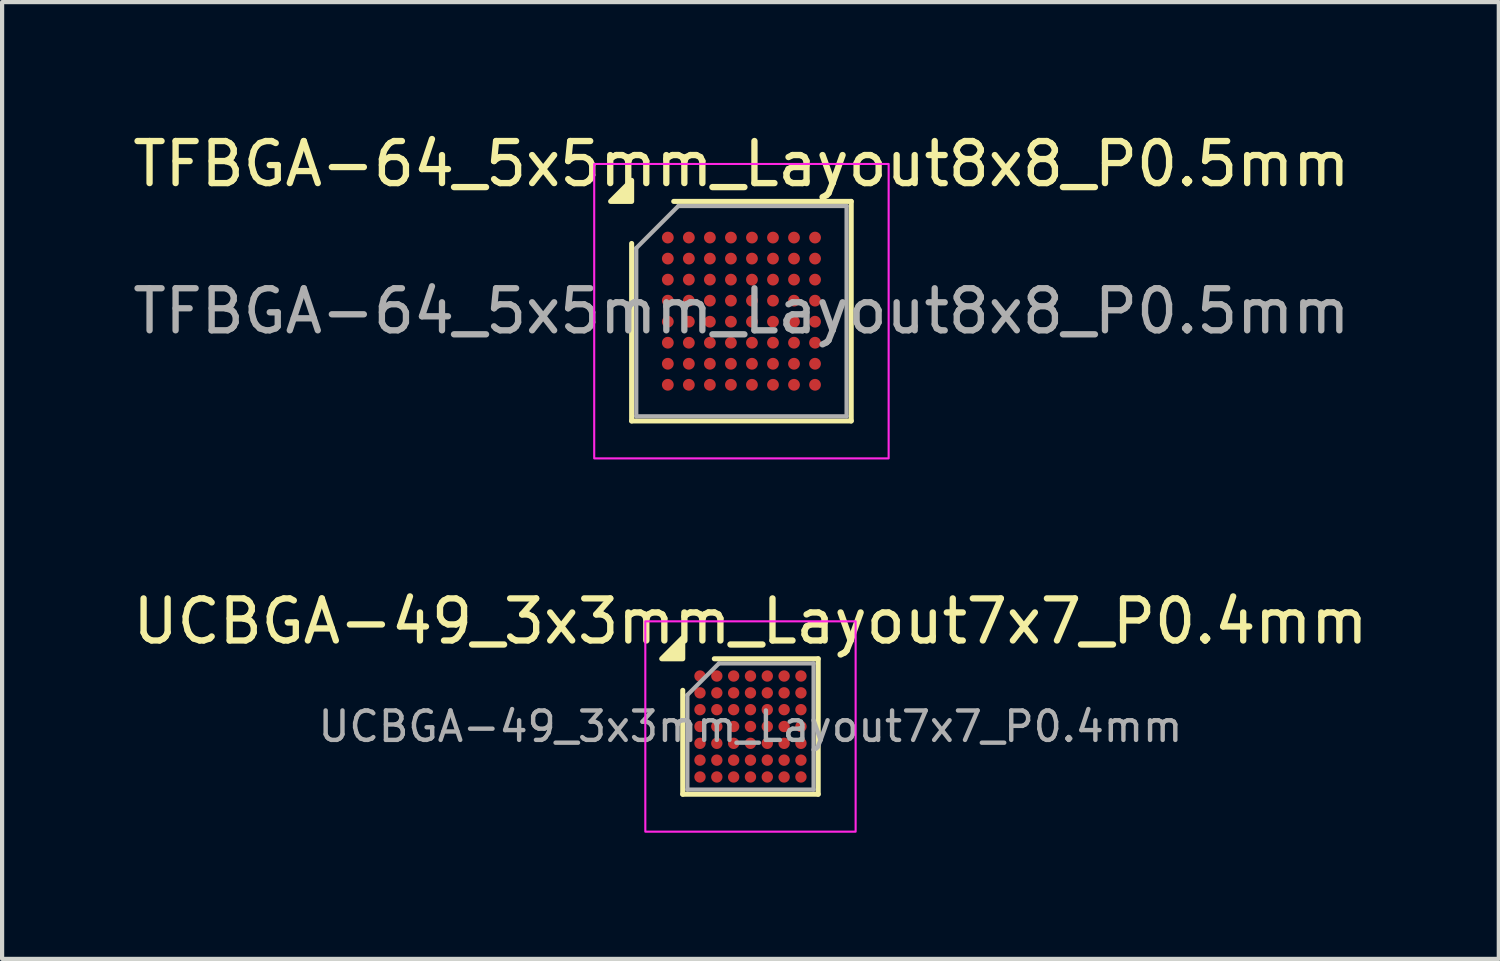
<source format=kicad_pcb>
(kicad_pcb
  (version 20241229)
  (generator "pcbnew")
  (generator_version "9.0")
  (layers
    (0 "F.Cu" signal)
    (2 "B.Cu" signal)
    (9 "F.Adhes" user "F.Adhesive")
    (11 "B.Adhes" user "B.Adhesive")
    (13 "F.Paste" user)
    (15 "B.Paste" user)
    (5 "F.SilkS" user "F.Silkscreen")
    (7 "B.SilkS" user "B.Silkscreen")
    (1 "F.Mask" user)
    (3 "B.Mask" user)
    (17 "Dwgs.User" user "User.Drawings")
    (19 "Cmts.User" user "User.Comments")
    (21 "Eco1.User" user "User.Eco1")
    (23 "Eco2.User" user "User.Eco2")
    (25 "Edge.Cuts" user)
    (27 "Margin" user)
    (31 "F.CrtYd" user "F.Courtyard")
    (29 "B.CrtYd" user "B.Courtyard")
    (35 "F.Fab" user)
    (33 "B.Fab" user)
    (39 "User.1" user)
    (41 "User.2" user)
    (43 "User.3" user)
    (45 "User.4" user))
  (footprint "TFBGA-64_5x5mm_Layout8x8_P0.5mm"
    (layer "F.Cu")
    (at 14.577 4.348)
    (property "Reference" "TFBGA-64_5x5mm_Layout8x8_P0.5mm" (at 0 -3.5 0) (layer "F.SilkS") (effects (font (size 1 1) (thickness 0.15))))
    (attr smd)
    (fp_line (start -2.61 2.61) (end -2.61 -1.61) (stroke (width 0.12) (type solid)) (layer "F.SilkS"))
    (fp_line (start -1.61 -2.61) (end 2.61 -2.61) (stroke (width 0.12) (type solid)) (layer "F.SilkS"))
    (fp_line (start 2.61 -2.61) (end 2.61 2.61) (stroke (width 0.12) (type solid)) (layer "F.SilkS"))
    (fp_line (start 2.61 2.61) (end -2.61 2.61) (stroke (width 0.12) (type solid)) (layer "F.SilkS"))
    (fp_poly (pts (xy -2.61 -2.61) (xy -3.11 -2.61) (xy -2.61 -3.11)) (stroke (width 0.12) (type solid)) (fill yes) (layer "F.SilkS"))
    (fp_rect (start -3.5 -3.5) (end 3.5 3.5) (stroke (width 0.05) (type solid)) (fill no) (layer "F.CrtYd"))
    (fp_line (start -2.5 -1.5) (end -1.5 -2.5) (stroke (width 0.1) (type solid)) (layer "F.Fab"))
    (fp_line (start -2.5 2.5) (end -2.5 -1.5) (stroke (width 0.1) (type solid)) (layer "F.Fab"))
    (fp_line (start -1.5 -2.5) (end 2.5 -2.5) (stroke (width 0.1) (type solid)) (layer "F.Fab"))
    (fp_line (start 2.5 -2.5) (end 2.5 2.5) (stroke (width 0.1) (type solid)) (layer "F.Fab"))
    (fp_line (start 2.5 2.5) (end -2.5 2.5) (stroke (width 0.1) (type solid)) (layer "F.Fab"))
    (fp_text user "${REFERENCE}" (at 0 0 0) (layer "F.Fab") (effects (font (size 1 1) (thickness 0.15))))
    (pad "A1" smd circle (at -1.75 -1.75) (size 0.28 0.28) (property pad_prop_bga) (layers "F.Cu" "F.Mask" "F.Paste"))
    (pad "A2" smd circle (at -1.25 -1.75) (size 0.28 0.28) (property pad_prop_bga) (layers "F.Cu" "F.Mask" "F.Paste"))
    (pad "A3" smd circle (at -0.75 -1.75) (size 0.28 0.28) (property pad_prop_bga) (layers "F.Cu" "F.Mask" "F.Paste"))
    (pad "A4" smd circle (at -0.25 -1.75) (size 0.28 0.28) (property pad_prop_bga) (layers "F.Cu" "F.Mask" "F.Paste"))
    (pad "A5" smd circle (at 0.25 -1.75) (size 0.28 0.28) (property pad_prop_bga) (layers "F.Cu" "F.Mask" "F.Paste"))
    (pad "A6" smd circle (at 0.75 -1.75) (size 0.28 0.28) (property pad_prop_bga) (layers "F.Cu" "F.Mask" "F.Paste"))
    (pad "A7" smd circle (at 1.25 -1.75) (size 0.28 0.28) (property pad_prop_bga) (layers "F.Cu" "F.Mask" "F.Paste"))
    (pad "A8" smd circle (at 1.75 -1.75) (size 0.28 0.28) (property pad_prop_bga) (layers "F.Cu" "F.Mask" "F.Paste"))
    (pad "B1" smd circle (at -1.75 -1.25) (size 0.28 0.28) (property pad_prop_bga) (layers "F.Cu" "F.Mask" "F.Paste"))
    (pad "B2" smd circle (at -1.25 -1.25) (size 0.28 0.28) (property pad_prop_bga) (layers "F.Cu" "F.Mask" "F.Paste"))
    (pad "B3" smd circle (at -0.75 -1.25) (size 0.28 0.28) (property pad_prop_bga) (layers "F.Cu" "F.Mask" "F.Paste"))
    (pad "B4" smd circle (at -0.25 -1.25) (size 0.28 0.28) (property pad_prop_bga) (layers "F.Cu" "F.Mask" "F.Paste"))
    (pad "B5" smd circle (at 0.25 -1.25) (size 0.28 0.28) (property pad_prop_bga) (layers "F.Cu" "F.Mask" "F.Paste"))
    (pad "B6" smd circle (at 0.75 -1.25) (size 0.28 0.28) (property pad_prop_bga) (layers "F.Cu" "F.Mask" "F.Paste"))
    (pad "B7" smd circle (at 1.25 -1.25) (size 0.28 0.28) (property pad_prop_bga) (layers "F.Cu" "F.Mask" "F.Paste"))
    (pad "B8" smd circle (at 1.75 -1.25) (size 0.28 0.28) (property pad_prop_bga) (layers "F.Cu" "F.Mask" "F.Paste"))
    (pad "C1" smd circle (at -1.75 -0.75) (size 0.28 0.28) (property pad_prop_bga) (layers "F.Cu" "F.Mask" "F.Paste"))
    (pad "C2" smd circle (at -1.25 -0.75) (size 0.28 0.28) (property pad_prop_bga) (layers "F.Cu" "F.Mask" "F.Paste"))
    (pad "C3" smd circle (at -0.75 -0.75) (size 0.28 0.28) (property pad_prop_bga) (layers "F.Cu" "F.Mask" "F.Paste"))
    (pad "C4" smd circle (at -0.25 -0.75) (size 0.28 0.28) (property pad_prop_bga) (layers "F.Cu" "F.Mask" "F.Paste"))
    (pad "C5" smd circle (at 0.25 -0.75) (size 0.28 0.28) (property pad_prop_bga) (layers "F.Cu" "F.Mask" "F.Paste"))
    (pad "C6" smd circle (at 0.75 -0.75) (size 0.28 0.28) (property pad_prop_bga) (layers "F.Cu" "F.Mask" "F.Paste"))
    (pad "C7" smd circle (at 1.25 -0.75) (size 0.28 0.28) (property pad_prop_bga) (layers "F.Cu" "F.Mask" "F.Paste"))
    (pad "C8" smd circle (at 1.75 -0.75) (size 0.28 0.28) (property pad_prop_bga) (layers "F.Cu" "F.Mask" "F.Paste"))
    (pad "D1" smd circle (at -1.75 -0.25) (size 0.28 0.28) (property pad_prop_bga) (layers "F.Cu" "F.Mask" "F.Paste"))
    (pad "D2" smd circle (at -1.25 -0.25) (size 0.28 0.28) (property pad_prop_bga) (layers "F.Cu" "F.Mask" "F.Paste"))
    (pad "D3" smd circle (at -0.75 -0.25) (size 0.28 0.28) (property pad_prop_bga) (layers "F.Cu" "F.Mask" "F.Paste"))
    (pad "D4" smd circle (at -0.25 -0.25) (size 0.28 0.28) (property pad_prop_bga) (layers "F.Cu" "F.Mask" "F.Paste"))
    (pad "D5" smd circle (at 0.25 -0.25) (size 0.28 0.28) (property pad_prop_bga) (layers "F.Cu" "F.Mask" "F.Paste"))
    (pad "D6" smd circle (at 0.75 -0.25) (size 0.28 0.28) (property pad_prop_bga) (layers "F.Cu" "F.Mask" "F.Paste"))
    (pad "D7" smd circle (at 1.25 -0.25) (size 0.28 0.28) (property pad_prop_bga) (layers "F.Cu" "F.Mask" "F.Paste"))
    (pad "D8" smd circle (at 1.75 -0.25) (size 0.28 0.28) (property pad_prop_bga) (layers "F.Cu" "F.Mask" "F.Paste"))
    (pad "E1" smd circle (at -1.75 0.25) (size 0.28 0.28) (property pad_prop_bga) (layers "F.Cu" "F.Mask" "F.Paste"))
    (pad "E2" smd circle (at -1.25 0.25) (size 0.28 0.28) (property pad_prop_bga) (layers "F.Cu" "F.Mask" "F.Paste"))
    (pad "E3" smd circle (at -0.75 0.25) (size 0.28 0.28) (property pad_prop_bga) (layers "F.Cu" "F.Mask" "F.Paste"))
    (pad "E4" smd circle (at -0.25 0.25) (size 0.28 0.28) (property pad_prop_bga) (layers "F.Cu" "F.Mask" "F.Paste"))
    (pad "E5" smd circle (at 0.25 0.25) (size 0.28 0.28) (property pad_prop_bga) (layers "F.Cu" "F.Mask" "F.Paste"))
    (pad "E6" smd circle (at 0.75 0.25) (size 0.28 0.28) (property pad_prop_bga) (layers "F.Cu" "F.Mask" "F.Paste"))
    (pad "E7" smd circle (at 1.25 0.25) (size 0.28 0.28) (property pad_prop_bga) (layers "F.Cu" "F.Mask" "F.Paste"))
    (pad "E8" smd circle (at 1.75 0.25) (size 0.28 0.28) (property pad_prop_bga) (layers "F.Cu" "F.Mask" "F.Paste"))
    (pad "F1" smd circle (at -1.75 0.75) (size 0.28 0.28) (property pad_prop_bga) (layers "F.Cu" "F.Mask" "F.Paste"))
    (pad "F2" smd circle (at -1.25 0.75) (size 0.28 0.28) (property pad_prop_bga) (layers "F.Cu" "F.Mask" "F.Paste"))
    (pad "F3" smd circle (at -0.75 0.75) (size 0.28 0.28) (property pad_prop_bga) (layers "F.Cu" "F.Mask" "F.Paste"))
    (pad "F4" smd circle (at -0.25 0.75) (size 0.28 0.28) (property pad_prop_bga) (layers "F.Cu" "F.Mask" "F.Paste"))
    (pad "F5" smd circle (at 0.25 0.75) (size 0.28 0.28) (property pad_prop_bga) (layers "F.Cu" "F.Mask" "F.Paste"))
    (pad "F6" smd circle (at 0.75 0.75) (size 0.28 0.28) (property pad_prop_bga) (layers "F.Cu" "F.Mask" "F.Paste"))
    (pad "F7" smd circle (at 1.25 0.75) (size 0.28 0.28) (property pad_prop_bga) (layers "F.Cu" "F.Mask" "F.Paste"))
    (pad "F8" smd circle (at 1.75 0.75) (size 0.28 0.28) (property pad_prop_bga) (layers "F.Cu" "F.Mask" "F.Paste"))
    (pad "G1" smd circle (at -1.75 1.25) (size 0.28 0.28) (property pad_prop_bga) (layers "F.Cu" "F.Mask" "F.Paste"))
    (pad "G2" smd circle (at -1.25 1.25) (size 0.28 0.28) (property pad_prop_bga) (layers "F.Cu" "F.Mask" "F.Paste"))
    (pad "G3" smd circle (at -0.75 1.25) (size 0.28 0.28) (property pad_prop_bga) (layers "F.Cu" "F.Mask" "F.Paste"))
    (pad "G4" smd circle (at -0.25 1.25) (size 0.28 0.28) (property pad_prop_bga) (layers "F.Cu" "F.Mask" "F.Paste"))
    (pad "G5" smd circle (at 0.25 1.25) (size 0.28 0.28) (property pad_prop_bga) (layers "F.Cu" "F.Mask" "F.Paste"))
    (pad "G6" smd circle (at 0.75 1.25) (size 0.28 0.28) (property pad_prop_bga) (layers "F.Cu" "F.Mask" "F.Paste"))
    (pad "G7" smd circle (at 1.25 1.25) (size 0.28 0.28) (property pad_prop_bga) (layers "F.Cu" "F.Mask" "F.Paste"))
    (pad "G8" smd circle (at 1.75 1.25) (size 0.28 0.28) (property pad_prop_bga) (layers "F.Cu" "F.Mask" "F.Paste"))
    (pad "H1" smd circle (at -1.75 1.75) (size 0.28 0.28) (property pad_prop_bga) (layers "F.Cu" "F.Mask" "F.Paste"))
    (pad "H2" smd circle (at -1.25 1.75) (size 0.28 0.28) (property pad_prop_bga) (layers "F.Cu" "F.Mask" "F.Paste"))
    (pad "H3" smd circle (at -0.75 1.75) (size 0.28 0.28) (property pad_prop_bga) (layers "F.Cu" "F.Mask" "F.Paste"))
    (pad "H4" smd circle (at -0.25 1.75) (size 0.28 0.28) (property pad_prop_bga) (layers "F.Cu" "F.Mask" "F.Paste"))
    (pad "H5" smd circle (at 0.25 1.75) (size 0.28 0.28) (property pad_prop_bga) (layers "F.Cu" "F.Mask" "F.Paste"))
    (pad "H6" smd circle (at 0.75 1.75) (size 0.28 0.28) (property pad_prop_bga) (layers "F.Cu" "F.Mask" "F.Paste"))
    (pad "H7" smd circle (at 1.25 1.75) (size 0.28 0.28) (property pad_prop_bga) (layers "F.Cu" "F.Mask" "F.Paste"))
    (pad "H8" smd circle (at 1.75 1.75) (size 0.28 0.28) (property pad_prop_bga) (layers "F.Cu" "F.Mask" "F.Paste")))
  (footprint "UCBGA-49_3x3mm_Layout7x7_P0.4mm"
    (layer "F.Cu")
    (at 14.792 14.222)
    (property "Reference" "UCBGA-49_3x3mm_Layout7x7_P0.4mm" (at 0 -2.5 0) (layer "F.SilkS") (effects (font (size 1 1) (thickness 0.15))))
    (attr smd)
    (fp_line (start -1.61 1.61) (end -1.61 -0.86) (stroke (width 0.12) (type solid)) (layer "F.SilkS"))
    (fp_line (start -0.86 -1.61) (end 1.61 -1.61) (stroke (width 0.12) (type solid)) (layer "F.SilkS"))
    (fp_line (start 1.61 -1.61) (end 1.61 1.61) (stroke (width 0.12) (type solid)) (layer "F.SilkS"))
    (fp_line (start 1.61 1.61) (end -1.61 1.61) (stroke (width 0.12) (type solid)) (layer "F.SilkS"))
    (fp_poly (pts (xy -1.61 -1.61) (xy -2.11 -1.61) (xy -1.61 -2.11)) (stroke (width 0.12) (type solid)) (fill yes) (layer "F.SilkS"))
    (fp_rect (start -2.5 -2.5) (end 2.5 2.5) (stroke (width 0.05) (type solid)) (fill no) (layer "F.CrtYd"))
    (fp_line (start -1.5 -0.75) (end -0.75 -1.5) (stroke (width 0.1) (type solid)) (layer "F.Fab"))
    (fp_line (start -1.5 1.5) (end -1.5 -0.75) (stroke (width 0.1) (type solid)) (layer "F.Fab"))
    (fp_line (start -0.75 -1.5) (end 1.5 -1.5) (stroke (width 0.1) (type solid)) (layer "F.Fab"))
    (fp_line (start 1.5 -1.5) (end 1.5 1.5) (stroke (width 0.1) (type solid)) (layer "F.Fab"))
    (fp_line (start 1.5 1.5) (end -1.5 1.5) (stroke (width 0.1) (type solid)) (layer "F.Fab"))
    (fp_text user "${REFERENCE}" (at 0 0 0) (layer "F.Fab") (effects (font (size 0.7 0.7) (thickness 0.105))))
    (pad "A1" smd circle (at -1.2 -1.2) (size 0.27 0.27) (property pad_prop_bga) (layers "F.Cu" "F.Mask" "F.Paste"))
    (pad "A2" smd circle (at -0.8 -1.2) (size 0.27 0.27) (property pad_prop_bga) (layers "F.Cu" "F.Mask" "F.Paste"))
    (pad "A3" smd circle (at -0.4 -1.2) (size 0.27 0.27) (property pad_prop_bga) (layers "F.Cu" "F.Mask" "F.Paste"))
    (pad "A4" smd circle (at 0 -1.2) (size 0.27 0.27) (property pad_prop_bga) (layers "F.Cu" "F.Mask" "F.Paste"))
    (pad "A5" smd circle (at 0.4 -1.2) (size 0.27 0.27) (property pad_prop_bga) (layers "F.Cu" "F.Mask" "F.Paste"))
    (pad "A6" smd circle (at 0.8 -1.2) (size 0.27 0.27) (property pad_prop_bga) (layers "F.Cu" "F.Mask" "F.Paste"))
    (pad "A7" smd circle (at 1.2 -1.2) (size 0.27 0.27) (property pad_prop_bga) (layers "F.Cu" "F.Mask" "F.Paste"))
    (pad "B1" smd circle (at -1.2 -0.8) (size 0.27 0.27) (property pad_prop_bga) (layers "F.Cu" "F.Mask" "F.Paste"))
    (pad "B2" smd circle (at -0.8 -0.8) (size 0.27 0.27) (property pad_prop_bga) (layers "F.Cu" "F.Mask" "F.Paste"))
    (pad "B3" smd circle (at -0.4 -0.8) (size 0.27 0.27) (property pad_prop_bga) (layers "F.Cu" "F.Mask" "F.Paste"))
    (pad "B4" smd circle (at 0 -0.8) (size 0.27 0.27) (property pad_prop_bga) (layers "F.Cu" "F.Mask" "F.Paste"))
    (pad "B5" smd circle (at 0.4 -0.8) (size 0.27 0.27) (property pad_prop_bga) (layers "F.Cu" "F.Mask" "F.Paste"))
    (pad "B6" smd circle (at 0.8 -0.8) (size 0.27 0.27) (property pad_prop_bga) (layers "F.Cu" "F.Mask" "F.Paste"))
    (pad "B7" smd circle (at 1.2 -0.8) (size 0.27 0.27) (property pad_prop_bga) (layers "F.Cu" "F.Mask" "F.Paste"))
    (pad "C1" smd circle (at -1.2 -0.4) (size 0.27 0.27) (property pad_prop_bga) (layers "F.Cu" "F.Mask" "F.Paste"))
    (pad "C2" smd circle (at -0.8 -0.4) (size 0.27 0.27) (property pad_prop_bga) (layers "F.Cu" "F.Mask" "F.Paste"))
    (pad "C3" smd circle (at -0.4 -0.4) (size 0.27 0.27) (property pad_prop_bga) (layers "F.Cu" "F.Mask" "F.Paste"))
    (pad "C4" smd circle (at 0 -0.4) (size 0.27 0.27) (property pad_prop_bga) (layers "F.Cu" "F.Mask" "F.Paste"))
    (pad "C5" smd circle (at 0.4 -0.4) (size 0.27 0.27) (property pad_prop_bga) (layers "F.Cu" "F.Mask" "F.Paste"))
    (pad "C6" smd circle (at 0.8 -0.4) (size 0.27 0.27) (property pad_prop_bga) (layers "F.Cu" "F.Mask" "F.Paste"))
    (pad "C7" smd circle (at 1.2 -0.4) (size 0.27 0.27) (property pad_prop_bga) (layers "F.Cu" "F.Mask" "F.Paste"))
    (pad "D1" smd circle (at -1.2 0) (size 0.27 0.27) (property pad_prop_bga) (layers "F.Cu" "F.Mask" "F.Paste"))
    (pad "D2" smd circle (at -0.8 0) (size 0.27 0.27) (property pad_prop_bga) (layers "F.Cu" "F.Mask" "F.Paste"))
    (pad "D3" smd circle (at -0.4 0) (size 0.27 0.27) (property pad_prop_bga) (layers "F.Cu" "F.Mask" "F.Paste"))
    (pad "D4" smd circle (at 0 0) (size 0.27 0.27) (property pad_prop_bga) (layers "F.Cu" "F.Mask" "F.Paste"))
    (pad "D5" smd circle (at 0.4 0) (size 0.27 0.27) (property pad_prop_bga) (layers "F.Cu" "F.Mask" "F.Paste"))
    (pad "D6" smd circle (at 0.8 0) (size 0.27 0.27) (property pad_prop_bga) (layers "F.Cu" "F.Mask" "F.Paste"))
    (pad "D7" smd circle (at 1.2 0) (size 0.27 0.27) (property pad_prop_bga) (layers "F.Cu" "F.Mask" "F.Paste"))
    (pad "E1" smd circle (at -1.2 0.4) (size 0.27 0.27) (property pad_prop_bga) (layers "F.Cu" "F.Mask" "F.Paste"))
    (pad "E2" smd circle (at -0.8 0.4) (size 0.27 0.27) (property pad_prop_bga) (layers "F.Cu" "F.Mask" "F.Paste"))
    (pad "E3" smd circle (at -0.4 0.4) (size 0.27 0.27) (property pad_prop_bga) (layers "F.Cu" "F.Mask" "F.Paste"))
    (pad "E4" smd circle (at 0 0.4) (size 0.27 0.27) (property pad_prop_bga) (layers "F.Cu" "F.Mask" "F.Paste"))
    (pad "E5" smd circle (at 0.4 0.4) (size 0.27 0.27) (property pad_prop_bga) (layers "F.Cu" "F.Mask" "F.Paste"))
    (pad "E6" smd circle (at 0.8 0.4) (size 0.27 0.27) (property pad_prop_bga) (layers "F.Cu" "F.Mask" "F.Paste"))
    (pad "E7" smd circle (at 1.2 0.4) (size 0.27 0.27) (property pad_prop_bga) (layers "F.Cu" "F.Mask" "F.Paste"))
    (pad "F1" smd circle (at -1.2 0.8) (size 0.27 0.27) (property pad_prop_bga) (layers "F.Cu" "F.Mask" "F.Paste"))
    (pad "F2" smd circle (at -0.8 0.8) (size 0.27 0.27) (property pad_prop_bga) (layers "F.Cu" "F.Mask" "F.Paste"))
    (pad "F3" smd circle (at -0.4 0.8) (size 0.27 0.27) (property pad_prop_bga) (layers "F.Cu" "F.Mask" "F.Paste"))
    (pad "F4" smd circle (at 0 0.8) (size 0.27 0.27) (property pad_prop_bga) (layers "F.Cu" "F.Mask" "F.Paste"))
    (pad "F5" smd circle (at 0.4 0.8) (size 0.27 0.27) (property pad_prop_bga) (layers "F.Cu" "F.Mask" "F.Paste"))
    (pad "F6" smd circle (at 0.8 0.8) (size 0.27 0.27) (property pad_prop_bga) (layers "F.Cu" "F.Mask" "F.Paste"))
    (pad "F7" smd circle (at 1.2 0.8) (size 0.27 0.27) (property pad_prop_bga) (layers "F.Cu" "F.Mask" "F.Paste"))
    (pad "G1" smd circle (at -1.2 1.2) (size 0.27 0.27) (property pad_prop_bga) (layers "F.Cu" "F.Mask" "F.Paste"))
    (pad "G2" smd circle (at -0.8 1.2) (size 0.27 0.27) (property pad_prop_bga) (layers "F.Cu" "F.Mask" "F.Paste"))
    (pad "G3" smd circle (at -0.4 1.2) (size 0.27 0.27) (property pad_prop_bga) (layers "F.Cu" "F.Mask" "F.Paste"))
    (pad "G4" smd circle (at 0 1.2) (size 0.27 0.27) (property pad_prop_bga) (layers "F.Cu" "F.Mask" "F.Paste"))
    (pad "G5" smd circle (at 0.4 1.2) (size 0.27 0.27) (property pad_prop_bga) (layers "F.Cu" "F.Mask" "F.Paste"))
    (pad "G6" smd circle (at 0.8 1.2) (size 0.27 0.27) (property pad_prop_bga) (layers "F.Cu" "F.Mask" "F.Paste"))
    (pad "G7" smd circle (at 1.2 1.2) (size 0.27 0.27) (property pad_prop_bga) (layers "F.Cu" "F.Mask" "F.Paste")))
  (gr_rect
    (start -3 -3)
    (end 32.583 19.747)
    (stroke (width 0.1) (type default))
    (fill no)
    (layer "Edge.Cuts")))
</source>
